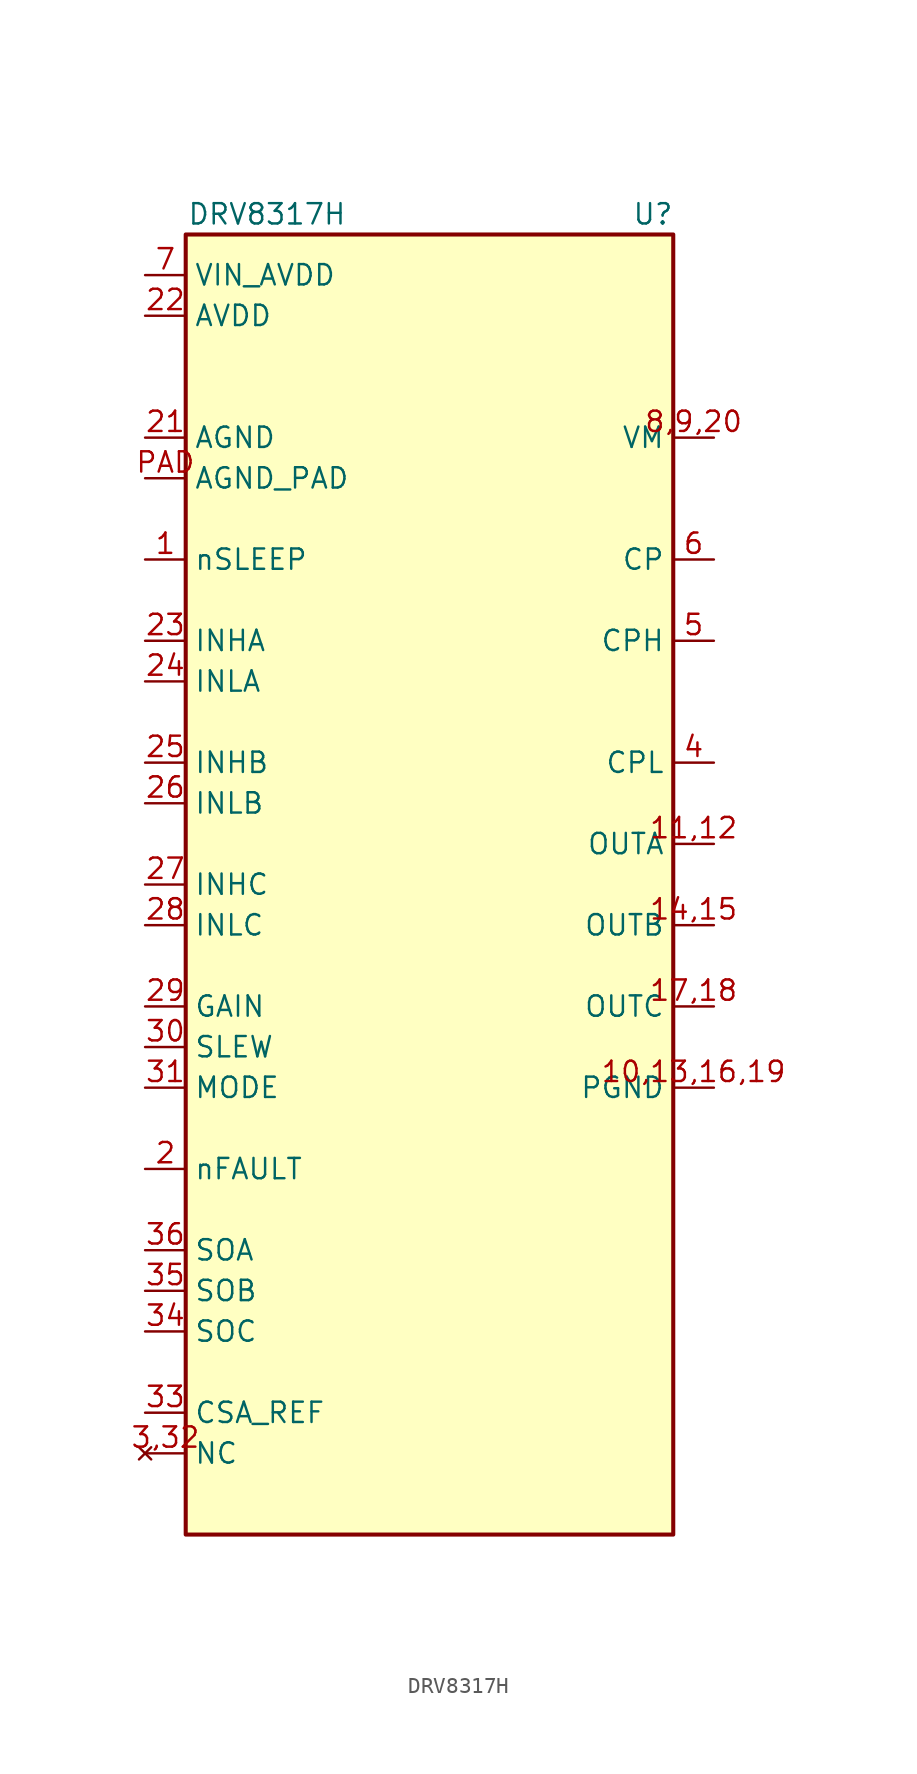
<source format=kicad_sym>
(kicad_symbol_lib
  (version 20231120)
  (generator "kicad_symbol_editor")
  (generator_version "8.0")
  (symbol "DRV8317H"
    (property "Reference" "U"
      (at 13.97 41.91 0)
      (effects (font (size 1.27 1.27))))
    (property "Value" "DRV8317H"
      (at -10.16 41.91 0)
      (effects (font (size 1.27 1.27))))
    (symbol "DRV8317H_1_1"
      (rectangle (start -15.24 40.64) (end 15.24 -40.64) (stroke (width 0.254) (type default)) (fill (type background)))
      (pin input line (at -17.78 20.32 0) (length 2.54) (name "nSLEEP" (effects (font (size 1.27 1.27)))) (number "1" (effects (font (size 1.27 1.27)))))
      (pin power_in line (at 17.78 -12.7 180) (length 2.54) (name "PGND" (effects (font (size 1.27 1.27)))) (number "10,13,16,19" (effects (font (size 1.27 1.27)))))
      (pin output line (at 17.78 2.54 180) (length 2.54) (name "OUTA" (effects (font (size 1.27 1.27)))) (number "11,12" (effects (font (size 1.27 1.27)))))
      (pin output line (at 17.78 -2.54 180) (length 2.54) (name "OUTB" (effects (font (size 1.27 1.27)))) (number "14,15" (effects (font (size 1.27 1.27)))))
      (pin output line (at 17.78 -7.62 180) (length 2.54) (name "OUTC" (effects (font (size 1.27 1.27)))) (number "17,18" (effects (font (size 1.27 1.27)))))
      (pin output line (at -17.78 -17.78 0) (length 2.54) (name "nFAULT" (effects (font (size 1.27 1.27)))) (number "2" (effects (font (size 1.27 1.27)))))
      (pin power_in line (at -17.78 27.94 0) (length 2.54) (name "AGND" (effects (font (size 1.27 1.27)))) (number "21" (effects (font (size 1.27 1.27)))))
      (pin power_in line (at -17.78 35.56 0) (length 2.54) (name "AVDD" (effects (font (size 1.27 1.27)))) (number "22" (effects (font (size 1.27 1.27)))))
      (pin input line (at -17.78 15.24 0) (length 2.54) (name "INHA" (effects (font (size 1.27 1.27)))) (number "23" (effects (font (size 1.27 1.27)))))
      (pin input line (at -17.78 12.7 0) (length 2.54) (name "INLA" (effects (font (size 1.27 1.27)))) (number "24" (effects (font (size 1.27 1.27)))))
      (pin input line (at -17.78 7.62 0) (length 2.54) (name "INHB" (effects (font (size 1.27 1.27)))) (number "25" (effects (font (size 1.27 1.27)))))
      (pin input line (at -17.78 5.08 0) (length 2.54) (name "INLB" (effects (font (size 1.27 1.27)))) (number "26" (effects (font (size 1.27 1.27)))))
      (pin input line (at -17.78 0 0) (length 2.54) (name "INHC" (effects (font (size 1.27 1.27)))) (number "27" (effects (font (size 1.27 1.27)))))
      (pin input line (at -17.78 -2.54 0) (length 2.54) (name "INLC" (effects (font (size 1.27 1.27)))) (number "28" (effects (font (size 1.27 1.27)))))
      (pin input line (at -17.78 -7.62 0) (length 2.54) (name "GAIN" (effects (font (size 1.27 1.27)))) (number "29" (effects (font (size 1.27 1.27)))))
      (pin no_connect line (at -17.78 -35.56 0) (length 2.54) (name "NC" (effects (font (size 1.27 1.27)))) (number "3,32" (effects (font (size 1.27 1.27)))))
      (pin input line (at -17.78 -10.16 0) (length 2.54) (name "SLEW" (effects (font (size 1.27 1.27)))) (number "30" (effects (font (size 1.27 1.27)))))
      (pin input line (at -17.78 -12.7 0) (length 2.54) (name "MODE" (effects (font (size 1.27 1.27)))) (number "31" (effects (font (size 1.27 1.27)))))
      (pin bidirectional line (at -17.78 -33.02 0) (length 2.54) (name "CSA_REF" (effects (font (size 1.27 1.27)))) (number "33" (effects (font (size 1.27 1.27)))))
      (pin output line (at -17.78 -27.94 0) (length 2.54) (name "SOC" (effects (font (size 1.27 1.27)))) (number "34" (effects (font (size 1.27 1.27)))))
      (pin output line (at -17.78 -25.4 0) (length 2.54) (name "SOB" (effects (font (size 1.27 1.27)))) (number "35" (effects (font (size 1.27 1.27)))))
      (pin output line (at -17.78 -22.86 0) (length 2.54) (name "SOA" (effects (font (size 1.27 1.27)))) (number "36" (effects (font (size 1.27 1.27)))))
      (pin bidirectional line (at 17.78 7.62 180) (length 2.54) (name "CPL" (effects (font (size 1.27 1.27)))) (number "4" (effects (font (size 1.27 1.27)))))
      (pin bidirectional line (at 17.78 15.24 180) (length 2.54) (name "CPH" (effects (font (size 1.27 1.27)))) (number "5" (effects (font (size 1.27 1.27)))))
      (pin bidirectional line (at 17.78 20.32 180) (length 2.54) (name "CP" (effects (font (size 1.27 1.27)))) (number "6" (effects (font (size 1.27 1.27)))))
      (pin power_in line (at -17.78 38.1 0) (length 2.54) (name "VIN_AVDD" (effects (font (size 1.27 1.27)))) (number "7" (effects (font (size 1.27 1.27)))))
      (pin power_in line (at 17.78 27.94 180) (length 2.54) (name "VM" (effects (font (size 1.27 1.27)))) (number "8,9,20" (effects (font (size 1.27 1.27)))))
      (pin power_in line (at -17.78 25.4 0) (length 2.54) (name "AGND_PAD" (effects (font (size 1.27 1.27)))) (number "PAD" (effects (font (size 1.27 1.27))))))))
</source>
